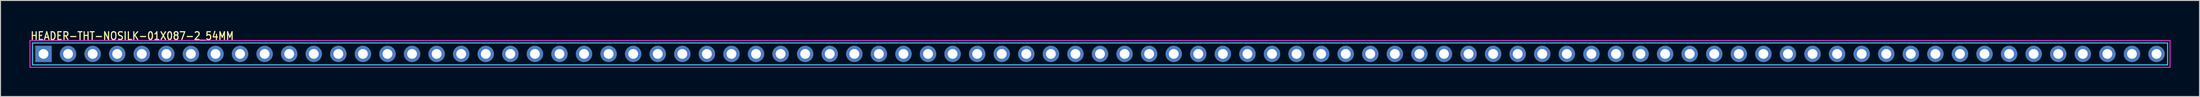
<source format=kicad_pcb>
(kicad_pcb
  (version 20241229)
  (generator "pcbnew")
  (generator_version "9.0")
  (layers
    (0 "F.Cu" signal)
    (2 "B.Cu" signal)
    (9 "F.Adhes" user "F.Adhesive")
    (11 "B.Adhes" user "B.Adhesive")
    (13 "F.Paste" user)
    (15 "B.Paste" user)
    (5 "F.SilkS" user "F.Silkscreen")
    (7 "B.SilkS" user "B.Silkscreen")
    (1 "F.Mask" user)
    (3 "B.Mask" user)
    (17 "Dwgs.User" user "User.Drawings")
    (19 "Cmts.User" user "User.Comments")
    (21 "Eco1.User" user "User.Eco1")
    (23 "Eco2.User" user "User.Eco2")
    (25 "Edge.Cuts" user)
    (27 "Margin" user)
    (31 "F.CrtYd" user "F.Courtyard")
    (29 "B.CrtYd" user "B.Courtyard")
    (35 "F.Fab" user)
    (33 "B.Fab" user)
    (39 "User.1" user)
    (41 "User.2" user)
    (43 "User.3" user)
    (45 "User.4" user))
  (footprint "HEADER-THT-NOSILK-01X087-2_54MM"
    (layer "F.Cu")
    (at 1.447 2.579)
    (property "Reference" "HEADER-THT-NOSILK-01X087-2_54MM" (at -1.4 -1.4 0) (unlocked yes) (layer "F.SilkS") (effects (font (size 0.813 0.695) (thickness 0.122)) (justify left bottom)))
    (fp_poly (pts (xy -1.143 -1.143) (xy 219.583 -1.143) (xy 219.583 1.143) (xy -1.143 1.143)) (stroke (width 0.1) (type solid)) (fill no) (layer "B.CrtYd"))
    (fp_poly (pts (xy -1.397 -1.397) (xy 219.837 -1.397) (xy 219.837 1.397) (xy -1.397 1.397)) (stroke (width 0.1) (type solid)) (fill no) (layer "F.CrtYd"))
    (pad "1" thru_hole rect (at 0 0) (size 1.693 1.693) (drill 1.016) (layers "*.Cu" "*.Mask"))
    (pad "2" thru_hole oval (at 2.54 0) (size 1.693 1.693) (drill 1.016) (layers "*.Cu" "*.Mask"))
    (pad "3" thru_hole oval (at 5.08 0) (size 1.693 1.693) (drill 1.016) (layers "*.Cu" "*.Mask"))
    (pad "4" thru_hole oval (at 7.62 0) (size 1.693 1.693) (drill 1.016) (layers "*.Cu" "*.Mask"))
    (pad "5" thru_hole oval (at 10.16 0) (size 1.693 1.693) (drill 1.016) (layers "*.Cu" "*.Mask"))
    (pad "6" thru_hole oval (at 12.7 0) (size 1.693 1.693) (drill 1.016) (layers "*.Cu" "*.Mask"))
    (pad "7" thru_hole oval (at 15.24 0) (size 1.693 1.693) (drill 1.016) (layers "*.Cu" "*.Mask"))
    (pad "8" thru_hole oval (at 17.78 0) (size 1.693 1.693) (drill 1.016) (layers "*.Cu" "*.Mask"))
    (pad "9" thru_hole oval (at 20.32 0) (size 1.693 1.693) (drill 1.016) (layers "*.Cu" "*.Mask"))
    (pad "10" thru_hole oval (at 22.86 0) (size 1.693 1.693) (drill 1.016) (layers "*.Cu" "*.Mask"))
    (pad "11" thru_hole oval (at 25.4 0) (size 1.693 1.693) (drill 1.016) (layers "*.Cu" "*.Mask"))
    (pad "12" thru_hole oval (at 27.94 0) (size 1.693 1.693) (drill 1.016) (layers "*.Cu" "*.Mask"))
    (pad "13" thru_hole oval (at 30.48 0) (size 1.693 1.693) (drill 1.016) (layers "*.Cu" "*.Mask"))
    (pad "14" thru_hole oval (at 33.02 0) (size 1.693 1.693) (drill 1.016) (layers "*.Cu" "*.Mask"))
    (pad "15" thru_hole oval (at 35.56 0) (size 1.693 1.693) (drill 1.016) (layers "*.Cu" "*.Mask"))
    (pad "16" thru_hole oval (at 38.1 0) (size 1.693 1.693) (drill 1.016) (layers "*.Cu" "*.Mask"))
    (pad "17" thru_hole oval (at 40.64 0) (size 1.693 1.693) (drill 1.016) (layers "*.Cu" "*.Mask"))
    (pad "18" thru_hole oval (at 43.18 0) (size 1.693 1.693) (drill 1.016) (layers "*.Cu" "*.Mask"))
    (pad "19" thru_hole oval (at 45.72 0) (size 1.693 1.693) (drill 1.016) (layers "*.Cu" "*.Mask"))
    (pad "20" thru_hole oval (at 48.26 0) (size 1.693 1.693) (drill 1.016) (layers "*.Cu" "*.Mask"))
    (pad "21" thru_hole oval (at 50.8 0) (size 1.693 1.693) (drill 1.016) (layers "*.Cu" "*.Mask"))
    (pad "22" thru_hole oval (at 53.34 0) (size 1.693 1.693) (drill 1.016) (layers "*.Cu" "*.Mask"))
    (pad "23" thru_hole oval (at 55.88 0) (size 1.693 1.693) (drill 1.016) (layers "*.Cu" "*.Mask"))
    (pad "24" thru_hole oval (at 58.42 0) (size 1.693 1.693) (drill 1.016) (layers "*.Cu" "*.Mask"))
    (pad "25" thru_hole oval (at 60.96 0) (size 1.693 1.693) (drill 1.016) (layers "*.Cu" "*.Mask"))
    (pad "26" thru_hole oval (at 63.5 0) (size 1.693 1.693) (drill 1.016) (layers "*.Cu" "*.Mask"))
    (pad "27" thru_hole oval (at 66.04 0) (size 1.693 1.693) (drill 1.016) (layers "*.Cu" "*.Mask"))
    (pad "28" thru_hole oval (at 68.58 0) (size 1.693 1.693) (drill 1.016) (layers "*.Cu" "*.Mask"))
    (pad "29" thru_hole oval (at 71.12 0) (size 1.693 1.693) (drill 1.016) (layers "*.Cu" "*.Mask"))
    (pad "30" thru_hole oval (at 73.66 0) (size 1.693 1.693) (drill 1.016) (layers "*.Cu" "*.Mask"))
    (pad "31" thru_hole oval (at 76.2 0) (size 1.693 1.693) (drill 1.016) (layers "*.Cu" "*.Mask"))
    (pad "32" thru_hole oval (at 78.74 0) (size 1.693 1.693) (drill 1.016) (layers "*.Cu" "*.Mask"))
    (pad "33" thru_hole oval (at 81.28 0) (size 1.693 1.693) (drill 1.016) (layers "*.Cu" "*.Mask"))
    (pad "34" thru_hole oval (at 83.82 0) (size 1.693 1.693) (drill 1.016) (layers "*.Cu" "*.Mask"))
    (pad "35" thru_hole oval (at 86.36 0) (size 1.693 1.693) (drill 1.016) (layers "*.Cu" "*.Mask"))
    (pad "36" thru_hole oval (at 88.9 0) (size 1.693 1.693) (drill 1.016) (layers "*.Cu" "*.Mask"))
    (pad "37" thru_hole oval (at 91.44 0) (size 1.693 1.693) (drill 1.016) (layers "*.Cu" "*.Mask"))
    (pad "38" thru_hole oval (at 93.98 0) (size 1.693 1.693) (drill 1.016) (layers "*.Cu" "*.Mask"))
    (pad "39" thru_hole oval (at 96.52 0) (size 1.693 1.693) (drill 1.016) (layers "*.Cu" "*.Mask"))
    (pad "40" thru_hole oval (at 99.06 0) (size 1.693 1.693) (drill 1.016) (layers "*.Cu" "*.Mask"))
    (pad "41" thru_hole oval (at 101.6 0) (size 1.693 1.693) (drill 1.016) (layers "*.Cu" "*.Mask"))
    (pad "42" thru_hole oval (at 104.14 0) (size 1.693 1.693) (drill 1.016) (layers "*.Cu" "*.Mask"))
    (pad "43" thru_hole oval (at 106.68 0) (size 1.693 1.693) (drill 1.016) (layers "*.Cu" "*.Mask"))
    (pad "44" thru_hole oval (at 109.22 0) (size 1.693 1.693) (drill 1.016) (layers "*.Cu" "*.Mask"))
    (pad "45" thru_hole oval (at 111.76 0) (size 1.693 1.693) (drill 1.016) (layers "*.Cu" "*.Mask"))
    (pad "46" thru_hole oval (at 114.3 0) (size 1.693 1.693) (drill 1.016) (layers "*.Cu" "*.Mask"))
    (pad "47" thru_hole oval (at 116.84 0) (size 1.693 1.693) (drill 1.016) (layers "*.Cu" "*.Mask"))
    (pad "48" thru_hole oval (at 119.38 0) (size 1.693 1.693) (drill 1.016) (layers "*.Cu" "*.Mask"))
    (pad "49" thru_hole oval (at 121.92 0) (size 1.693 1.693) (drill 1.016) (layers "*.Cu" "*.Mask"))
    (pad "50" thru_hole oval (at 124.46 0) (size 1.693 1.693) (drill 1.016) (layers "*.Cu" "*.Mask"))
    (pad "51" thru_hole oval (at 127 0) (size 1.693 1.693) (drill 1.016) (layers "*.Cu" "*.Mask"))
    (pad "52" thru_hole oval (at 129.54 0) (size 1.693 1.693) (drill 1.016) (layers "*.Cu" "*.Mask"))
    (pad "53" thru_hole oval (at 132.08 0) (size 1.693 1.693) (drill 1.016) (layers "*.Cu" "*.Mask"))
    (pad "54" thru_hole oval (at 134.62 0) (size 1.693 1.693) (drill 1.016) (layers "*.Cu" "*.Mask"))
    (pad "55" thru_hole oval (at 137.16 0) (size 1.693 1.693) (drill 1.016) (layers "*.Cu" "*.Mask"))
    (pad "56" thru_hole oval (at 139.7 0) (size 1.693 1.693) (drill 1.016) (layers "*.Cu" "*.Mask"))
    (pad "57" thru_hole oval (at 142.24 0) (size 1.693 1.693) (drill 1.016) (layers "*.Cu" "*.Mask"))
    (pad "58" thru_hole oval (at 144.78 0) (size 1.693 1.693) (drill 1.016) (layers "*.Cu" "*.Mask"))
    (pad "59" thru_hole oval (at 147.32 0) (size 1.693 1.693) (drill 1.016) (layers "*.Cu" "*.Mask"))
    (pad "60" thru_hole oval (at 149.86 0) (size 1.693 1.693) (drill 1.016) (layers "*.Cu" "*.Mask"))
    (pad "61" thru_hole oval (at 152.4 0) (size 1.693 1.693) (drill 1.016) (layers "*.Cu" "*.Mask"))
    (pad "62" thru_hole oval (at 154.94 0) (size 1.693 1.693) (drill 1.016) (layers "*.Cu" "*.Mask"))
    (pad "63" thru_hole oval (at 157.48 0) (size 1.693 1.693) (drill 1.016) (layers "*.Cu" "*.Mask"))
    (pad "64" thru_hole oval (at 160.02 0) (size 1.693 1.693) (drill 1.016) (layers "*.Cu" "*.Mask"))
    (pad "65" thru_hole oval (at 162.56 0) (size 1.693 1.693) (drill 1.016) (layers "*.Cu" "*.Mask"))
    (pad "66" thru_hole oval (at 165.1 0) (size 1.693 1.693) (drill 1.016) (layers "*.Cu" "*.Mask"))
    (pad "67" thru_hole oval (at 167.64 0) (size 1.693 1.693) (drill 1.016) (layers "*.Cu" "*.Mask"))
    (pad "68" thru_hole oval (at 170.18 0) (size 1.693 1.693) (drill 1.016) (layers "*.Cu" "*.Mask"))
    (pad "69" thru_hole oval (at 172.72 0) (size 1.693 1.693) (drill 1.016) (layers "*.Cu" "*.Mask"))
    (pad "70" thru_hole oval (at 175.26 0) (size 1.693 1.693) (drill 1.016) (layers "*.Cu" "*.Mask"))
    (pad "71" thru_hole oval (at 177.8 0) (size 1.693 1.693) (drill 1.016) (layers "*.Cu" "*.Mask"))
    (pad "72" thru_hole oval (at 180.34 0) (size 1.693 1.693) (drill 1.016) (layers "*.Cu" "*.Mask"))
    (pad "73" thru_hole oval (at 182.88 0) (size 1.693 1.693) (drill 1.016) (layers "*.Cu" "*.Mask"))
    (pad "74" thru_hole oval (at 185.42 0) (size 1.693 1.693) (drill 1.016) (layers "*.Cu" "*.Mask"))
    (pad "75" thru_hole oval (at 187.96 0) (size 1.693 1.693) (drill 1.016) (layers "*.Cu" "*.Mask"))
    (pad "76" thru_hole oval (at 190.5 0) (size 1.693 1.693) (drill 1.016) (layers "*.Cu" "*.Mask"))
    (pad "77" thru_hole oval (at 193.04 0) (size 1.693 1.693) (drill 1.016) (layers "*.Cu" "*.Mask"))
    (pad "78" thru_hole oval (at 195.58 0) (size 1.693 1.693) (drill 1.016) (layers "*.Cu" "*.Mask"))
    (pad "79" thru_hole oval (at 198.12 0) (size 1.693 1.693) (drill 1.016) (layers "*.Cu" "*.Mask"))
    (pad "80" thru_hole oval (at 200.66 0) (size 1.693 1.693) (drill 1.016) (layers "*.Cu" "*.Mask"))
    (pad "81" thru_hole oval (at 203.2 0) (size 1.693 1.693) (drill 1.016) (layers "*.Cu" "*.Mask"))
    (pad "82" thru_hole oval (at 205.74 0) (size 1.693 1.693) (drill 1.016) (layers "*.Cu" "*.Mask"))
    (pad "83" thru_hole oval (at 208.28 0) (size 1.693 1.693) (drill 1.016) (layers "*.Cu" "*.Mask"))
    (pad "84" thru_hole oval (at 210.82 0) (size 1.693 1.693) (drill 1.016) (layers "*.Cu" "*.Mask"))
    (pad "85" thru_hole oval (at 213.36 0) (size 1.693 1.693) (drill 1.016) (layers "*.Cu" "*.Mask"))
    (pad "86" thru_hole oval (at 215.9 0) (size 1.693 1.693) (drill 1.016) (layers "*.Cu" "*.Mask"))
    (pad "87" thru_hole oval (at 218.44 0) (size 1.693 1.693) (drill 1.016) (layers "*.Cu" "*.Mask")))
  (gr_rect
    (start -3 -3)
    (end 224.334 7.026)
    (stroke (width 0.1) (type default))
    (fill no)
    (layer "Edge.Cuts")))
</source>
